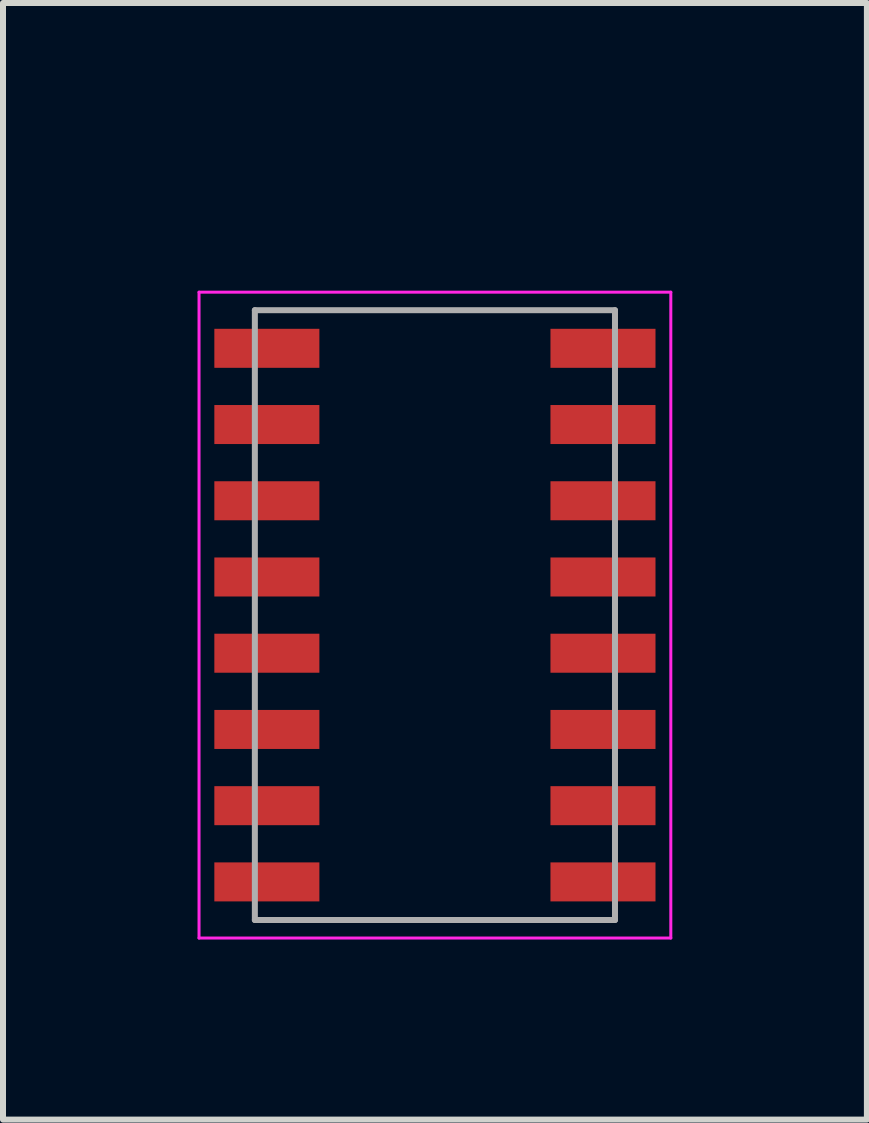
<source format=kicad_pcb>
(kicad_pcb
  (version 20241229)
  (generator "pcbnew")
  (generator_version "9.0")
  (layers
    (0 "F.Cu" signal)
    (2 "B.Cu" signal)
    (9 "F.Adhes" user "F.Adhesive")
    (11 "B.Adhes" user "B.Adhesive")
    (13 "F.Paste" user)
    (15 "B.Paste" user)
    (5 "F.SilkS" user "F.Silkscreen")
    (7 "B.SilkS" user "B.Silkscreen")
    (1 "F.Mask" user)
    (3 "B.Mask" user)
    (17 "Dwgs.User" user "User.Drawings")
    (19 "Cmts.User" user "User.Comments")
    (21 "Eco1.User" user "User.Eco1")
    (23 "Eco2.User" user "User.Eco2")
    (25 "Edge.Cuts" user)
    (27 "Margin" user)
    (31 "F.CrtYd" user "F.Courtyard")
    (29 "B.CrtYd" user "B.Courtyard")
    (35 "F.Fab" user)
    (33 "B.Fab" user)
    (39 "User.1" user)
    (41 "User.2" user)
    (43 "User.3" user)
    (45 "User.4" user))
  (footprint "MMPQ3904"
    (layer "F.Cu")
    (at 4.196 7.198)
    (property "Reference" "MMPQ3904" (at 0 -6.35 0) (layer "F.Mask") (effects (font (size 1 1) (thickness 0.15))))
    (attr smd)
    (fp_line (start -3.93 -5.38) (end -3.93 5.38) (stroke (width 0.05) (type solid)) (layer "F.CrtYd"))
    (fp_line (start -3.93 -5.38) (end 3.93 -5.38) (stroke (width 0.05) (type solid)) (layer "F.CrtYd"))
    (fp_line (start -3.93 5.38) (end 3.93 5.38) (stroke (width 0.05) (type solid)) (layer "F.CrtYd"))
    (fp_line (start 3.93 -5.38) (end 3.93 5.38) (stroke (width 0.05) (type solid)) (layer "F.CrtYd"))
    (fp_line (start -3 -5.08) (end -3 5.08) (stroke (width 0.1) (type solid)) (layer "F.Fab"))
    (fp_line (start -3 -5.08) (end 3 -5.08) (stroke (width 0.1) (type solid)) (layer "F.Fab"))
    (fp_line (start -3 5.08) (end 3 5.08) (stroke (width 0.1) (type solid)) (layer "F.Fab"))
    (fp_line (start 3 -5.08) (end 3 5.08) (stroke (width 0.1) (type solid)) (layer "F.Fab"))
    (pad "" smd circle (at -1.27 -4.445 90) (size 0.5 0.5) (layers "F.Mask"))
    (pad "AB" smd rect (at 2.8 -3.175) (size 1.75 0.65) (layers "F.Cu" "F.Mask" "F.Paste"))
    (pad "AC1" smd rect (at -2.8 -4.445) (size 1.75 0.65) (layers "F.Cu" "F.Mask" "F.Paste"))
    (pad "AC2" smd rect (at -2.8 -3.175) (size 1.75 0.65) (layers "F.Cu" "F.Mask" "F.Paste"))
    (pad "AE" smd rect (at 2.8 -4.445) (size 1.75 0.65) (layers "F.Cu" "F.Mask" "F.Paste"))
    (pad "BB" smd rect (at 2.8 -0.635) (size 1.75 0.65) (layers "F.Cu" "F.Mask" "F.Paste"))
    (pad "BC1" smd rect (at -2.8 -1.905) (size 1.75 0.65) (layers "F.Cu" "F.Mask" "F.Paste"))
    (pad "BC2" smd rect (at -2.8 -0.635) (size 1.75 0.65) (layers "F.Cu" "F.Mask" "F.Paste"))
    (pad "BE" smd rect (at 2.8 -1.905) (size 1.75 0.65) (layers "F.Cu" "F.Mask" "F.Paste"))
    (pad "CB" smd rect (at 2.8 1.905) (size 1.75 0.65) (layers "F.Cu" "F.Mask" "F.Paste"))
    (pad "CC1" smd rect (at -2.8 0.635) (size 1.75 0.65) (layers "F.Cu" "F.Mask" "F.Paste"))
    (pad "CC2" smd rect (at -2.8 1.905) (size 1.75 0.65) (layers "F.Cu" "F.Mask" "F.Paste"))
    (pad "CE" smd rect (at 2.8 0.635) (size 1.75 0.65) (layers "F.Cu" "F.Mask" "F.Paste"))
    (pad "DB" smd rect (at 2.8 4.445) (size 1.75 0.65) (layers "F.Cu" "F.Mask" "F.Paste"))
    (pad "DC1" smd rect (at -2.8 3.175) (size 1.75 0.65) (layers "F.Cu" "F.Mask" "F.Paste"))
    (pad "DC2" smd rect (at -2.8 4.445) (size 1.75 0.65) (layers "F.Cu" "F.Mask" "F.Paste"))
    (pad "DE" smd rect (at 2.8 3.175) (size 1.75 0.65) (layers "F.Cu" "F.Mask" "F.Paste")))
  (gr_rect
    (start -3 -3)
    (end 11.393 15.603)
    (stroke (width 0.1) (type default))
    (fill no)
    (layer "Edge.Cuts")))
</source>
